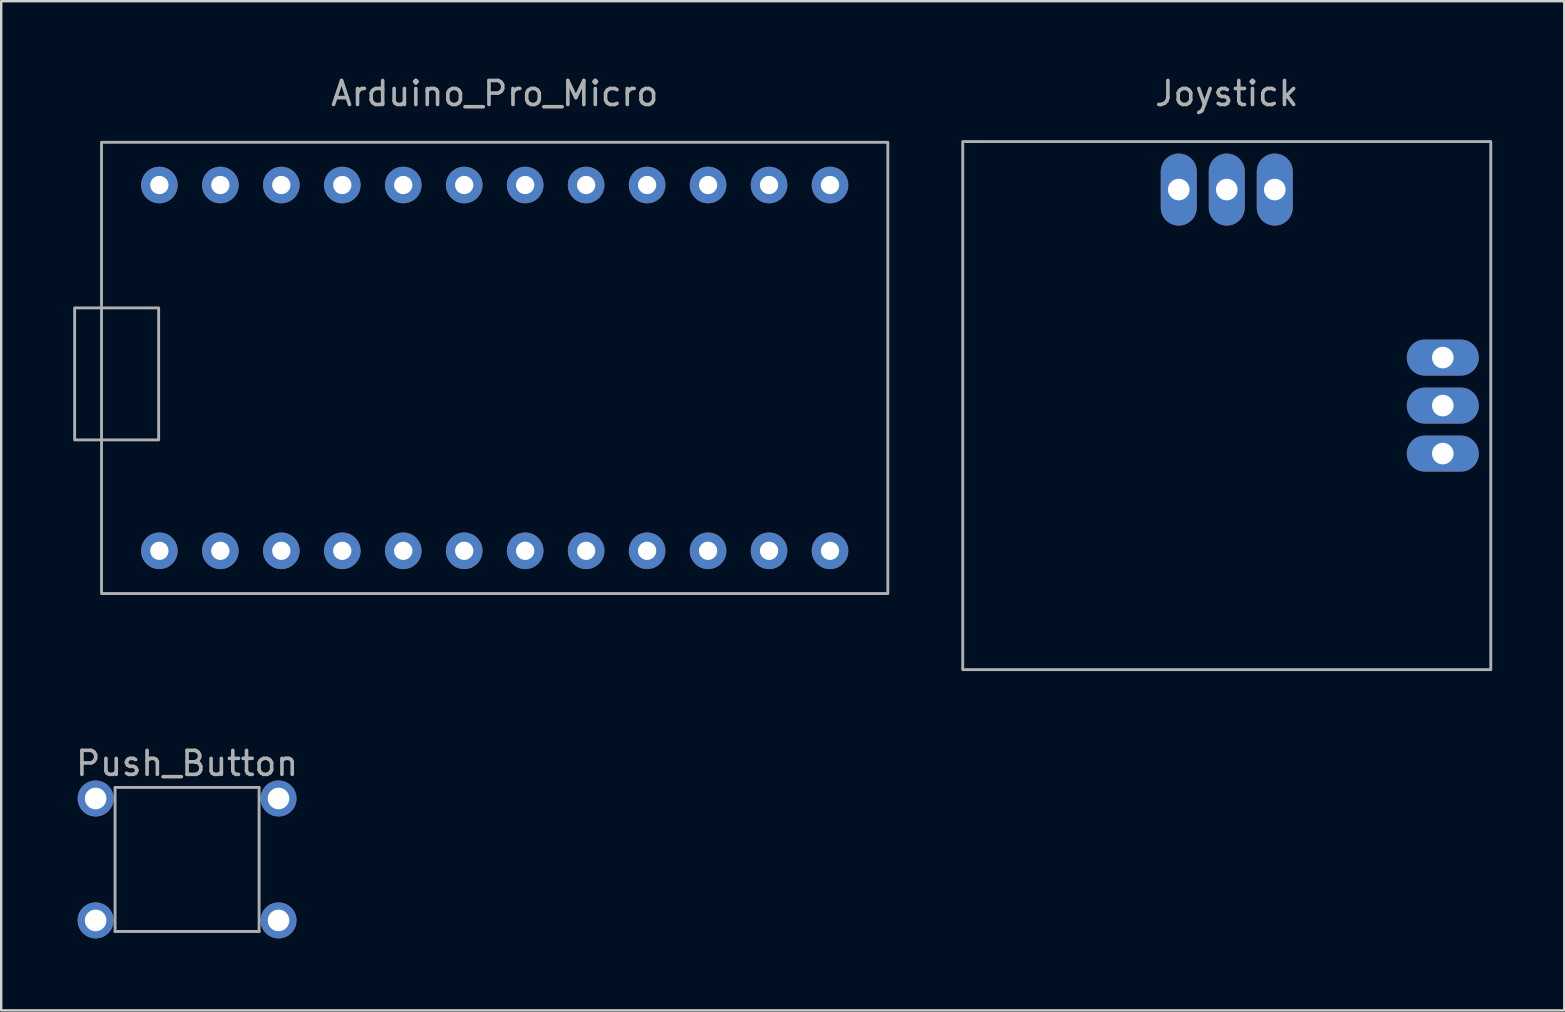
<source format=kicad_pcb>
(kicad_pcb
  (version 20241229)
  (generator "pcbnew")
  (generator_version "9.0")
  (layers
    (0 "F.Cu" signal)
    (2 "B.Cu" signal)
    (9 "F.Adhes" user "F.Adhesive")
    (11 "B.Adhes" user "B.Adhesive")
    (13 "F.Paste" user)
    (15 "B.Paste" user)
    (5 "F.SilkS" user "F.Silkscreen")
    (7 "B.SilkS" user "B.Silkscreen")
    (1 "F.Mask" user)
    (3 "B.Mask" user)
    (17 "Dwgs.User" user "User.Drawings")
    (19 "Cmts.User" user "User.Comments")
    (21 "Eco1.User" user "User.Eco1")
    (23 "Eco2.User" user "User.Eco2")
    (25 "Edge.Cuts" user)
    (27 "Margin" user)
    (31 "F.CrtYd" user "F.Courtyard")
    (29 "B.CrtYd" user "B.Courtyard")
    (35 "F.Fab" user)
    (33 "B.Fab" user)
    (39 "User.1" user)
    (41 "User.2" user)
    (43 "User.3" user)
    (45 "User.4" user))
  (footprint "Arduino_Pro_Micro"
    (layer "F.Cu")
    (at 17.56 12.278)
    (property "Reference" "Arduino_Pro_Micro" (at 0 -11.43 0) (unlocked yes) (layer "F.Fab") (effects (font (size 1 1) (thickness 0.15))))
    (attr through_hole)
    (fp_rect (start -17.5 -2.5) (end -14 3) (stroke (width 0.12) (type solid)) (fill no) (layer "F.Fab"))
    (fp_rect (start 16.38 -9.4) (end -16.38 9.4) (stroke (width 0.12) (type solid)) (fill no) (layer "F.Fab"))
    (pad "0" thru_hole circle (at -11.43 7.62) (size 1.524 1.524) (drill 0.762) (layers "*.Cu" "*.Mask"))
    (pad "1" thru_hole circle (at -13.97 7.62) (size 1.524 1.524) (drill 0.762) (layers "*.Cu" "*.Mask"))
    (pad "2" thru_hole circle (at -3.81 7.62) (size 1.524 1.524) (drill 0.762) (layers "*.Cu" "*.Mask"))
    (pad "3" thru_hole circle (at -1.27 7.62) (size 1.524 1.524) (drill 0.762) (layers "*.Cu" "*.Mask"))
    (pad "4" thru_hole circle (at 1.27 7.62) (size 1.524 1.524) (drill 0.762) (layers "*.Cu" "*.Mask"))
    (pad "5" thru_hole circle (at 3.81 7.62) (size 1.524 1.524) (drill 0.762) (layers "*.Cu" "*.Mask" "Eco1.User"))
    (pad "6" thru_hole circle (at 6.35 7.62) (size 1.524 1.524) (drill 0.762) (layers "*.Cu" "*.Mask" "Eco1.User"))
    (pad "7" thru_hole circle (at 8.89 7.62) (size 1.524 1.524) (drill 0.762) (layers "*.Cu" "*.Mask"))
    (pad "8" thru_hole circle (at 11.43 7.62) (size 1.524 1.524) (drill 0.762) (layers "*.Cu" "*.Mask"))
    (pad "9" thru_hole circle (at 13.97 7.62) (size 1.524 1.524) (drill 0.762) (layers "*.Cu" "*.Mask"))
    (pad "10" thru_hole circle (at 13.97 -7.62) (size 1.524 1.524) (drill 0.762) (layers "*.Cu" "*.Mask"))
    (pad "11" thru_hole circle (at -8.89 7.62) (size 1.524 1.524) (drill 0.762) (layers "*.Cu" "*.Mask"))
    (pad "12" thru_hole circle (at -6.35 7.62) (size 1.524 1.524) (drill 0.762) (layers "*.Cu" "*.Mask"))
    (pad "14" thru_hole circle (at 8.89 -7.62) (size 1.524 1.524) (drill 0.762) (layers "*.Cu" "*.Mask"))
    (pad "15" thru_hole circle (at 6.35 -7.62) (size 1.524 1.524) (drill 0.762) (layers "*.Cu" "*.Mask"))
    (pad "16" thru_hole circle (at 11.43 -7.62) (size 1.524 1.524) (drill 0.762) (layers "*.Cu" "*.Mask"))
    (pad "18" thru_hole circle (at 3.81 -7.62) (size 1.524 1.524) (drill 0.762) (layers "*.Cu" "*.Mask"))
    (pad "19" thru_hole circle (at 1.27 -7.62) (size 1.524 1.524) (drill 0.762) (layers "*.Cu" "*.Mask"))
    (pad "20" thru_hole circle (at -1.27 -7.62) (size 1.524 1.524) (drill 0.762) (layers "*.Cu" "*.Mask"))
    (pad "21" thru_hole circle (at -3.81 -7.62) (size 1.524 1.524) (drill 0.762) (layers "*.Cu" "*.Mask"))
    (pad "22" thru_hole circle (at -6.35 -7.62) (size 1.524 1.524) (drill 0.762) (layers "*.Cu" "*.Mask"))
    (pad "23" thru_hole circle (at -8.89 -7.62) (size 1.524 1.524) (drill 0.762) (layers "*.Cu" "*.Mask"))
    (pad "24" thru_hole circle (at -11.43 -7.62) (size 1.524 1.524) (drill 0.762) (layers "*.Cu" "*.Mask"))
    (pad "25" thru_hole circle (at -13.97 -7.62) (size 1.524 1.524) (drill 0.762) (layers "*.Cu" "*.Mask")))
  (footprint "Push_Button"
    (layer "F.Cu")
    (at 4.744 32.757)
    (property "Reference" "Push_Button" (at 0 -4 0) (unlocked yes) (layer "F.Fab") (effects (font (size 1 1) (thickness 0.15))))
    (attr through_hole)
    (fp_line (start -3 -3) (end 3 -3) (stroke (width 0.12) (type solid)) (layer "F.Fab"))
    (fp_line (start -3 3) (end -3 -3) (stroke (width 0.12) (type solid)) (layer "F.Fab"))
    (fp_line (start -3 3) (end 3 3) (stroke (width 0.12) (type solid)) (layer "F.Fab"))
    (fp_line (start 3 3) (end 3 -3) (stroke (width 0.12) (type solid)) (layer "F.Fab"))
    (pad "1" thru_hole circle (at -3.81 2.54 90) (size 1.5 1.5) (drill 0.9) (layers "*.Cu" "*.Mask"))
    (pad "2" thru_hole circle (at 3.81 -2.54 90) (size 1.5 1.5) (drill 0.9) (layers "*.Cu" "*.Mask"))
    (pad "3" thru_hole circle (at 3.81 2.54 90) (size 1.5 1.5) (drill 0.9) (layers "*.Cu" "*.Mask"))
    (pad "4" thru_hole circle (at -3.81 -2.54 90) (size 1.5 1.5) (drill 0.9) (layers "*.Cu" "*.Mask")))
  (footprint "Joystick"
    (layer "F.Cu")
    (at 48.06 13.848)
    (property "Reference" "Joystick" (at 0 -13 0) (unlocked yes) (layer "F.Fab") (effects (font (size 1 1) (thickness 0.15))))
    (attr through_hole)
    (fp_rect (start 11 -11) (end -11 11) (stroke (width 0.12) (type solid)) (fill no) (layer "F.Fab"))
    (pad "1" thru_hole oval (at -2 -9) (size 1.5 3) (drill 0.9) (layers "*.Cu" "*.Mask"))
    (pad "2" thru_hole oval (at 0 -9) (size 1.5 3) (drill 0.9) (layers "*.Cu" "*.Mask"))
    (pad "3" thru_hole oval (at 2 -9) (size 1.5 3) (drill 0.9) (layers "*.Cu" "*.Mask"))
    (pad "4" thru_hole oval (at 9 -2 90) (size 1.5 3) (drill 0.9) (layers "*.Cu" "*.Mask"))
    (pad "5" thru_hole oval (at 9 0 90) (size 1.5 3) (drill 0.9) (layers "*.Cu" "*.Mask"))
    (pad "6" thru_hole oval (at 9 2 90) (size 1.5 3) (drill 0.9) (layers "*.Cu" "*.Mask")))
  (gr_rect
    (start -3 -3)
    (end 62.12 39.047)
    (stroke (width 0.1) (type default))
    (fill no)
    (layer "Edge.Cuts")))
</source>
